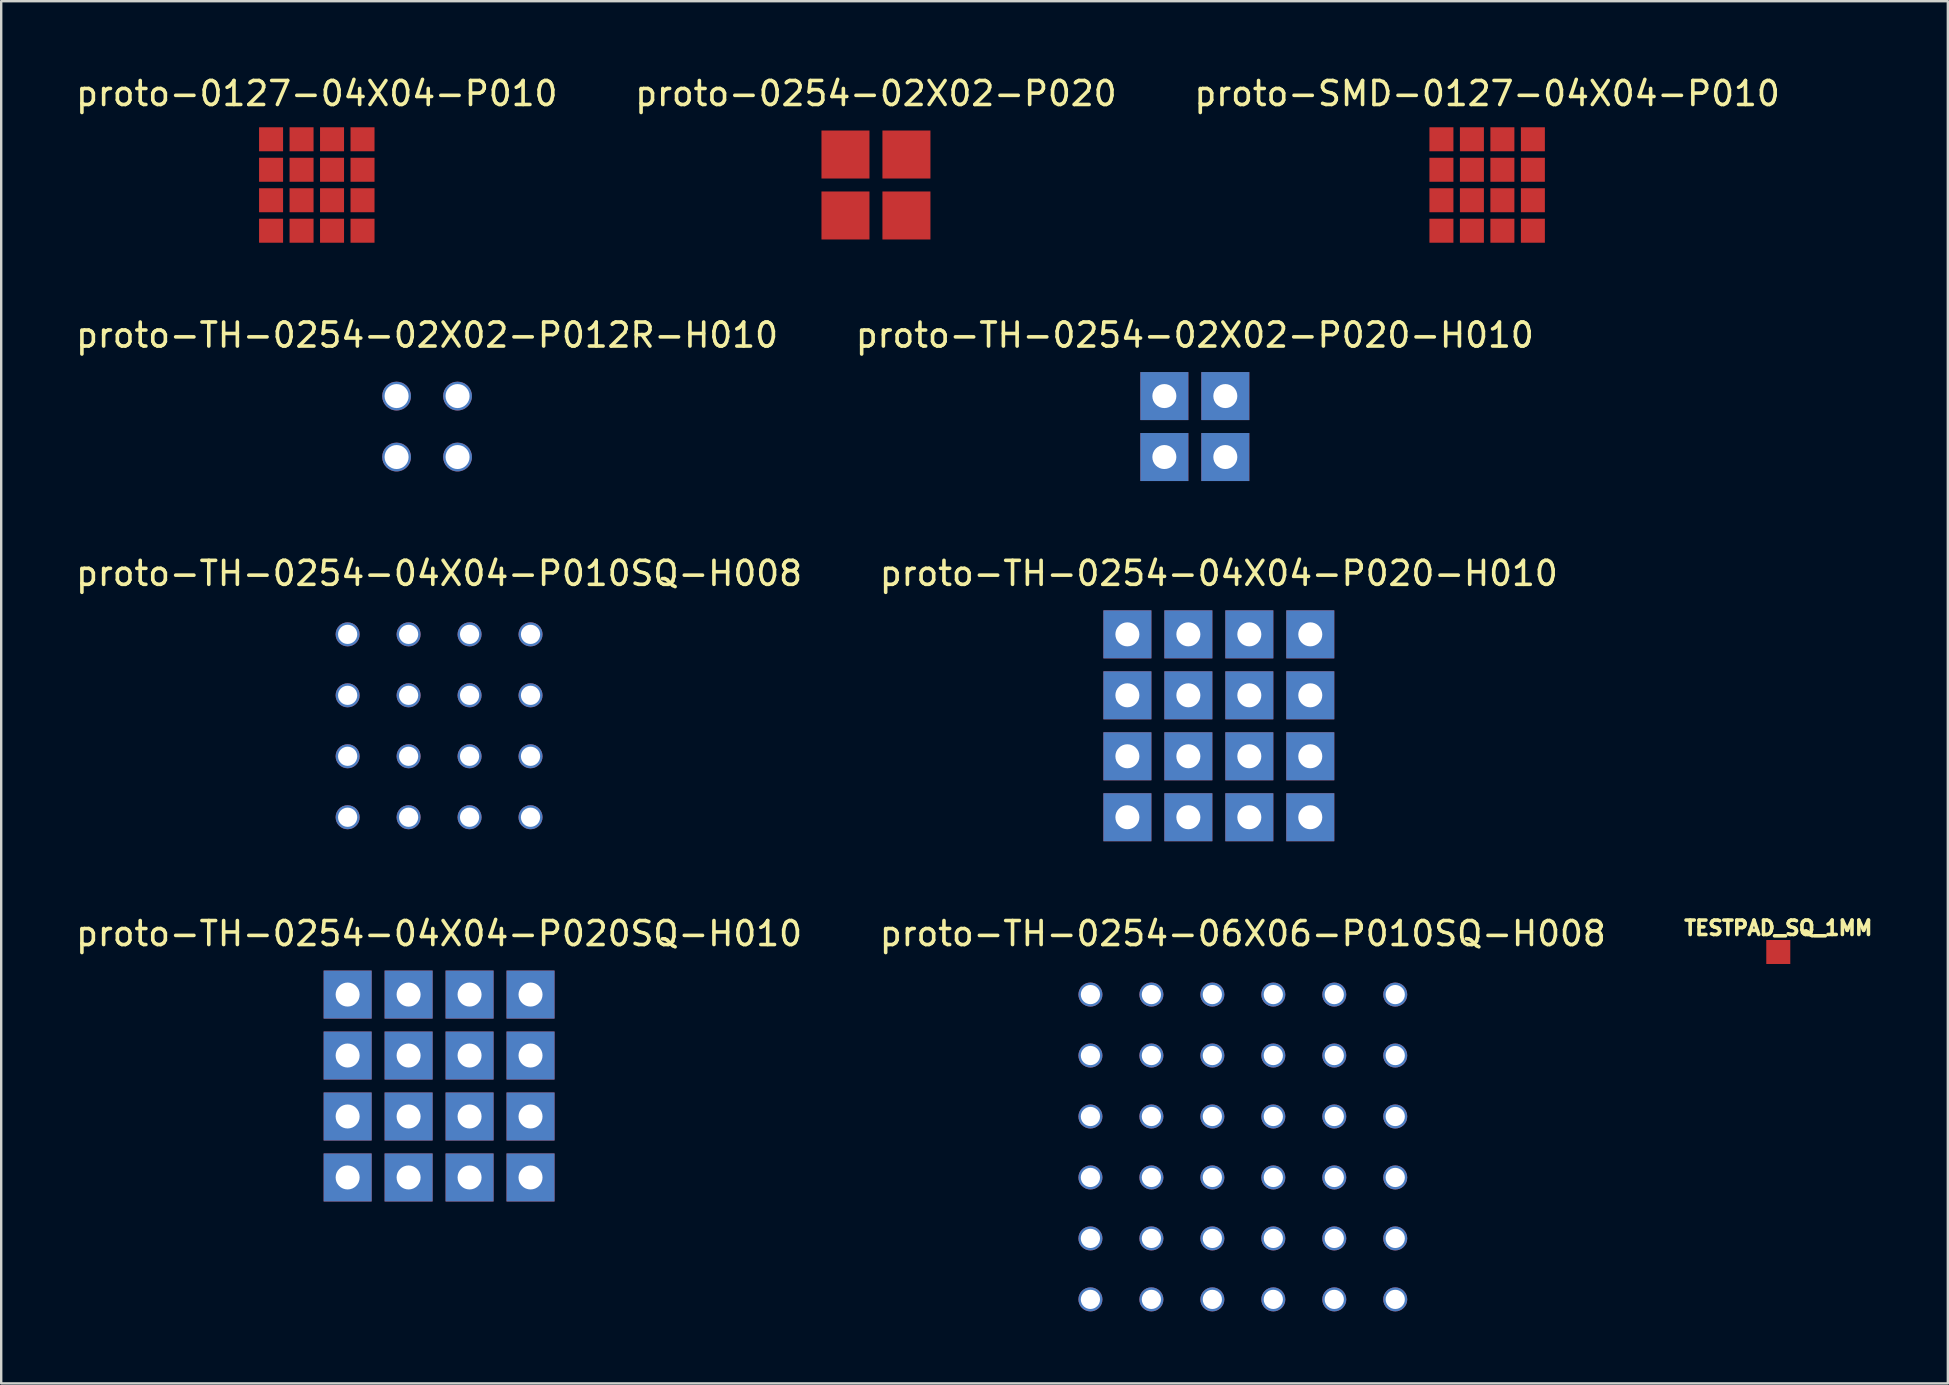
<source format=kicad_pcb>
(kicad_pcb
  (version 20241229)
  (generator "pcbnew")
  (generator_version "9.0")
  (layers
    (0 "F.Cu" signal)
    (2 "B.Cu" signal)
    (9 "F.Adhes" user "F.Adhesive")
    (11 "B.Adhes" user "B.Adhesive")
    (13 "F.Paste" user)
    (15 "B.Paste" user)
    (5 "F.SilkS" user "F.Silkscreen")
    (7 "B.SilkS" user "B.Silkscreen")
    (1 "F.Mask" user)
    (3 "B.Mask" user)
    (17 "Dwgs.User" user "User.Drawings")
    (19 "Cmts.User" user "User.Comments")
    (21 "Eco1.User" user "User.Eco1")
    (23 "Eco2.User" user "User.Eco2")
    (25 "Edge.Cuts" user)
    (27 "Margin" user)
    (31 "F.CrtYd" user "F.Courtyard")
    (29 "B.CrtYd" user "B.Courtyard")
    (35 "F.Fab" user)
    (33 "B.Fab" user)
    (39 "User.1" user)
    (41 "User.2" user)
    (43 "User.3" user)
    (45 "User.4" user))
  (footprint "proto-TH-0254-04X04-P020-H010"
    (layer "F.Cu")
    (at 47.732 27.19)
    (property "Reference" "proto-TH-0254-04X04-P020-H010" (at 0 -6.35 0) (layer "F.SilkS") (effects (font (size 1 1) (thickness 0.15))))
    (attr through_hole)
    (pad "1" thru_hole rect (at -3.81 -3.81) (size 2 2) (drill 1) (layers "*.Cu" "*.Mask"))
    (pad "2" thru_hole rect (at -1.27 -3.81) (size 2 2) (drill 1) (layers "*.Cu" "*.Mask"))
    (pad "3" thru_hole rect (at 1.27 -3.81) (size 2 2) (drill 1) (layers "*.Cu" "*.Mask"))
    (pad "4" thru_hole rect (at 3.81 -3.81) (size 2 2) (drill 1) (layers "*.Cu" "*.Mask"))
    (pad "5" thru_hole rect (at -3.81 -1.27) (size 2 2) (drill 1) (layers "*.Cu" "*.Mask"))
    (pad "6" thru_hole rect (at -1.27 -1.27) (size 2 2) (drill 1) (layers "*.Cu" "*.Mask"))
    (pad "7" thru_hole rect (at 1.27 -1.27) (size 2 2) (drill 1) (layers "*.Cu" "*.Mask"))
    (pad "8" thru_hole rect (at 3.81 -1.27) (size 2 2) (drill 1) (layers "*.Cu" "*.Mask"))
    (pad "9" thru_hole rect (at -3.81 1.27) (size 2 2) (drill 1) (layers "*.Cu" "*.Mask"))
    (pad "10" thru_hole rect (at -1.27 1.27) (size 2 2) (drill 1) (layers "*.Cu" "*.Mask"))
    (pad "11" thru_hole rect (at 1.27 1.27) (size 2 2) (drill 1) (layers "*.Cu" "*.Mask"))
    (pad "12" thru_hole rect (at 3.81 1.27) (size 2 2) (drill 1) (layers "*.Cu" "*.Mask"))
    (pad "13" thru_hole rect (at -3.81 3.81) (size 2 2) (drill 1) (layers "*.Cu" "*.Mask"))
    (pad "14" thru_hole rect (at -1.27 3.81) (size 2 2) (drill 1) (layers "*.Cu" "*.Mask"))
    (pad "15" thru_hole rect (at 1.27 3.81) (size 2 2) (drill 1) (layers "*.Cu" "*.Mask"))
    (pad "16" thru_hole rect (at 3.81 3.81) (size 2 2) (drill 1) (layers "*.Cu" "*.Mask")))
  (footprint "proto-TH-0254-02X02-P020-H010"
    (layer "F.Cu")
    (at 46.732 14.722)
    (property "Reference" "proto-TH-0254-02X02-P020-H010" (at 0 -3.81 0) (layer "F.SilkS") (effects (font (size 1 1) (thickness 0.15))))
    (attr through_hole)
    (pad "1" thru_hole rect (at -1.27 -1.27) (size 2 2) (drill 1) (layers "*.Cu" "*.Mask"))
    (pad "2" thru_hole rect (at 1.27 -1.27) (size 2 2) (drill 1) (layers "*.Cu" "*.Mask"))
    (pad "3" thru_hole rect (at -1.27 1.27) (size 2 2) (drill 1) (layers "*.Cu" "*.Mask"))
    (pad "4" thru_hole rect (at 1.27 1.27) (size 2 2) (drill 1) (layers "*.Cu" "*.Mask")))
  (footprint "proto-TH-0254-04X04-P020SQ-H010"
    (layer "F.Cu")
    (at 15.244 42.198)
    (property "Reference" "proto-TH-0254-04X04-P020SQ-H010" (at 0 -6.35 0) (layer "F.SilkS") (effects (font (size 1 1) (thickness 0.15))))
    (attr through_hole)
    (pad "1" thru_hole rect (at -3.81 -3.81) (size 2 2) (drill 1) (layers "*.Cu" "*.Mask"))
    (pad "2" thru_hole rect (at -1.27 -3.81) (size 2 2) (drill 1) (layers "*.Cu" "*.Mask"))
    (pad "3" thru_hole rect (at 1.27 -3.81) (size 2 2) (drill 1) (layers "*.Cu" "*.Mask"))
    (pad "4" thru_hole rect (at 3.81 -3.81) (size 2 2) (drill 1) (layers "*.Cu" "*.Mask"))
    (pad "5" thru_hole rect (at -3.81 -1.27) (size 2 2) (drill 1) (layers "*.Cu" "*.Mask"))
    (pad "6" thru_hole rect (at -1.27 -1.27) (size 2 2) (drill 1) (layers "*.Cu" "*.Mask"))
    (pad "7" thru_hole rect (at 1.27 -1.27) (size 2 2) (drill 1) (layers "*.Cu" "*.Mask"))
    (pad "8" thru_hole rect (at 3.81 -1.27) (size 2 2) (drill 1) (layers "*.Cu" "*.Mask"))
    (pad "9" thru_hole rect (at -3.81 1.27) (size 2 2) (drill 1) (layers "*.Cu" "*.Mask"))
    (pad "10" thru_hole rect (at -1.27 1.27) (size 2 2) (drill 1) (layers "*.Cu" "*.Mask"))
    (pad "11" thru_hole rect (at 1.27 1.27) (size 2 2) (drill 1) (layers "*.Cu" "*.Mask"))
    (pad "12" thru_hole rect (at 3.81 1.27) (size 2 2) (drill 1) (layers "*.Cu" "*.Mask"))
    (pad "13" thru_hole rect (at -3.81 3.81) (size 2 2) (drill 1) (layers "*.Cu" "*.Mask"))
    (pad "14" thru_hole rect (at -1.27 3.81) (size 2 2) (drill 1) (layers "*.Cu" "*.Mask"))
    (pad "15" thru_hole rect (at 1.27 3.81) (size 2 2) (drill 1) (layers "*.Cu" "*.Mask"))
    (pad "16" thru_hole rect (at 3.81 3.81) (size 2 2) (drill 1) (layers "*.Cu" "*.Mask")))
  (footprint "TESTPAD_SQ_1MM"
    (layer "F.Cu")
    (at 71.041 36.614)
    (property "Reference" "TESTPAD_SQ_1MM" (at 0 -1 0) (layer "F.SilkS") (effects (font (size 0.6 0.6) (thickness 0.15))))
    (attr through_hole)
    (pad "1" smd rect (at 0 0) (size 1 1) (layers "F.Cu" "F.Mask" "F.Paste")))
  (footprint "proto-TH-0254-04X04-P010SQ-H008"
    (layer "F.Cu")
    (at 15.244 27.19)
    (property "Reference" "proto-TH-0254-04X04-P010SQ-H008" (at 0 -6.35 0) (layer "F.SilkS") (effects (font (size 1 1) (thickness 0.15))))
    (attr through_hole)
    (pad "1" thru_hole circle (at -3.81 -3.81) (size 1 1) (drill 0.8) (layers "*.Cu" "*.Mask"))
    (pad "2" thru_hole circle (at -1.27 -3.81) (size 1 1) (drill 0.8) (layers "*.Cu" "*.Mask"))
    (pad "3" thru_hole circle (at 1.27 -3.81) (size 1 1) (drill 0.8) (layers "*.Cu" "*.Mask"))
    (pad "4" thru_hole circle (at 3.81 -3.81) (size 1 1) (drill 0.8) (layers "*.Cu" "*.Mask"))
    (pad "5" thru_hole circle (at -3.81 -1.27) (size 1 1) (drill 0.8) (layers "*.Cu" "*.Mask"))
    (pad "6" thru_hole circle (at -1.27 -1.27) (size 1 1) (drill 0.8) (layers "*.Cu" "*.Mask"))
    (pad "7" thru_hole circle (at 1.27 -1.27) (size 1 1) (drill 0.8) (layers "*.Cu" "*.Mask"))
    (pad "8" thru_hole circle (at 3.81 -1.27) (size 1 1) (drill 0.8) (layers "*.Cu" "*.Mask"))
    (pad "9" thru_hole circle (at -3.81 1.27) (size 1 1) (drill 0.8) (layers "*.Cu" "*.Mask"))
    (pad "10" thru_hole circle (at -1.27 1.27) (size 1 1) (drill 0.8) (layers "*.Cu" "*.Mask"))
    (pad "11" thru_hole circle (at 1.27 1.27) (size 1 1) (drill 0.8) (layers "*.Cu" "*.Mask"))
    (pad "12" thru_hole circle (at 3.81 1.27) (size 1 1) (drill 0.8) (layers "*.Cu" "*.Mask"))
    (pad "13" thru_hole circle (at -3.81 3.81) (size 1 1) (drill 0.8) (layers "*.Cu" "*.Mask"))
    (pad "14" thru_hole circle (at -1.27 3.81) (size 1 1) (drill 0.8) (layers "*.Cu" "*.Mask"))
    (pad "15" thru_hole circle (at 1.27 3.81) (size 1 1) (drill 0.8) (layers "*.Cu" "*.Mask"))
    (pad "16" thru_hole circle (at 3.81 3.81) (size 1 1) (drill 0.8) (layers "*.Cu" "*.Mask")))
  (footprint "proto-0254-02X02-P020"
    (layer "F.Cu")
    (at 33.446 4.658)
    (property "Reference" "proto-0254-02X02-P020" (at 0 -3.81 0) (layer "F.SilkS") (effects (font (size 1 1) (thickness 0.15))))
    (attr through_hole)
    (pad "1" smd rect (at -1.27 -1.27) (size 2 2) (layers "F.Cu" "F.Mask" "F.Paste"))
    (pad "2" smd rect (at 1.27 -1.27) (size 2 2) (layers "F.Cu" "F.Mask" "F.Paste"))
    (pad "3" smd rect (at -1.27 1.27) (size 2 2) (layers "F.Cu" "F.Mask" "F.Paste"))
    (pad "4" smd rect (at 1.27 1.27) (size 2 2) (layers "F.Cu" "F.Mask" "F.Paste")))
  (footprint "proto-0127-04X04-P010"
    (layer "F.Cu")
    (at 10.149 4.658)
    (property "Reference" "proto-0127-04X04-P010" (at 0 -3.81 0) (layer "F.SilkS") (effects (font (size 1 1) (thickness 0.15))))
    (attr through_hole)
    (pad "1" smd rect (at -1.905 -1.905) (size 1 1) (layers "F.Cu" "F.Mask" "F.Paste"))
    (pad "2" smd rect (at -0.635 -1.905) (size 1 1) (layers "F.Cu" "F.Mask" "F.Paste"))
    (pad "3" smd rect (at 0.635 -1.905) (size 1 1) (layers "F.Cu" "F.Mask" "F.Paste"))
    (pad "4" smd rect (at 1.905 -1.905) (size 1 1) (layers "F.Cu" "F.Mask" "F.Paste"))
    (pad "5" smd rect (at -1.905 -0.635) (size 1 1) (layers "F.Cu" "F.Mask" "F.Paste"))
    (pad "6" smd rect (at -0.635 -0.635) (size 1 1) (layers "F.Cu" "F.Mask" "F.Paste"))
    (pad "7" smd rect (at 0.635 -0.635) (size 1 1) (layers "F.Cu" "F.Mask" "F.Paste"))
    (pad "8" smd rect (at 1.905 -0.635) (size 1 1) (layers "F.Cu" "F.Mask" "F.Paste"))
    (pad "9" smd rect (at -1.905 0.635) (size 1 1) (layers "F.Cu" "F.Mask" "F.Paste"))
    (pad "10" smd rect (at -0.635 0.635) (size 1 1) (layers "F.Cu" "F.Mask" "F.Paste"))
    (pad "11" smd rect (at 0.635 0.635) (size 1 1) (layers "F.Cu" "F.Mask" "F.Paste"))
    (pad "12" smd rect (at 1.905 0.635) (size 1 1) (layers "F.Cu" "F.Mask" "F.Paste"))
    (pad "13" smd rect (at -1.905 1.905) (size 1 1) (layers "F.Cu" "F.Mask" "F.Paste"))
    (pad "14" smd rect (at -0.635 1.905) (size 1 1) (layers "F.Cu" "F.Mask" "F.Paste"))
    (pad "15" smd rect (at 0.635 1.905) (size 1 1) (layers "F.Cu" "F.Mask" "F.Paste"))
    (pad "16" smd rect (at 1.905 1.905) (size 1 1) (layers "F.Cu" "F.Mask" "F.Paste")))
  (footprint "proto-TH-0254-02X02-P012R-H010"
    (layer "F.Cu")
    (at 14.744 14.722)
    (property "Reference" "proto-TH-0254-02X02-P012R-H010" (at 0 -3.81 0) (layer "F.SilkS") (effects (font (size 1 1) (thickness 0.15))))
    (attr through_hole)
    (pad "1" thru_hole circle (at -1.27 -1.27) (size 1.2 1.2) (drill 1) (layers "*.Cu" "*.Mask"))
    (pad "2" thru_hole circle (at 1.27 -1.27) (size 1.2 1.2) (drill 1) (layers "*.Cu" "*.Mask"))
    (pad "3" thru_hole circle (at -1.27 1.27) (size 1.2 1.2) (drill 1) (layers "*.Cu" "*.Mask"))
    (pad "4" thru_hole circle (at 1.27 1.27) (size 1.2 1.2) (drill 1) (layers "*.Cu" "*.Mask")))
  (footprint "proto-SMD-0127-04X04-P010"
    (layer "F.Cu")
    (at 58.911 4.658)
    (property "Reference" "proto-SMD-0127-04X04-P010" (at 0 -3.81 0) (layer "F.SilkS") (effects (font (size 1 1) (thickness 0.15))))
    (attr through_hole)
    (pad "1" smd rect (at -1.905 -1.905) (size 1 1) (layers "F.Cu" "F.Mask" "F.Paste"))
    (pad "2" smd rect (at -0.635 -1.905) (size 1 1) (layers "F.Cu" "F.Mask" "F.Paste"))
    (pad "3" smd rect (at 0.635 -1.905) (size 1 1) (layers "F.Cu" "F.Mask" "F.Paste"))
    (pad "4" smd rect (at 1.905 -1.905) (size 1 1) (layers "F.Cu" "F.Mask" "F.Paste"))
    (pad "5" smd rect (at -1.905 -0.635) (size 1 1) (layers "F.Cu" "F.Mask" "F.Paste"))
    (pad "6" smd rect (at -0.635 -0.635) (size 1 1) (layers "F.Cu" "F.Mask" "F.Paste"))
    (pad "7" smd rect (at 0.635 -0.635) (size 1 1) (layers "F.Cu" "F.Mask" "F.Paste"))
    (pad "8" smd rect (at 1.905 -0.635) (size 1 1) (layers "F.Cu" "F.Mask" "F.Paste"))
    (pad "9" smd rect (at -1.905 0.635) (size 1 1) (layers "F.Cu" "F.Mask" "F.Paste"))
    (pad "10" smd rect (at -0.635 0.635) (size 1 1) (layers "F.Cu" "F.Mask" "F.Paste"))
    (pad "11" smd rect (at 0.635 0.635) (size 1 1) (layers "F.Cu" "F.Mask" "F.Paste"))
    (pad "12" smd rect (at 1.905 0.635) (size 1 1) (layers "F.Cu" "F.Mask" "F.Paste"))
    (pad "13" smd rect (at -1.905 1.905) (size 1 1) (layers "F.Cu" "F.Mask" "F.Paste"))
    (pad "14" smd rect (at -0.635 1.905) (size 1 1) (layers "F.Cu" "F.Mask" "F.Paste"))
    (pad "15" smd rect (at 0.635 1.905) (size 1 1) (layers "F.Cu" "F.Mask" "F.Paste"))
    (pad "16" smd rect (at 1.905 1.905) (size 1 1) (layers "F.Cu" "F.Mask" "F.Paste")))
  (footprint "proto-TH-0254-06X06-P010SQ-H008"
    (layer "F.Cu")
    (at 48.732 44.738)
    (property "Reference" "proto-TH-0254-06X06-P010SQ-H008" (at 0 -8.89 0) (layer "F.SilkS") (effects (font (size 1 1) (thickness 0.15))))
    (attr through_hole)
    (pad "1" thru_hole circle (at -6.35 -6.35) (size 1 1) (drill 0.8) (layers "*.Cu" "*.Mask"))
    (pad "2" thru_hole circle (at -3.81 -6.35) (size 1 1) (drill 0.8) (layers "*.Cu" "*.Mask"))
    (pad "3" thru_hole circle (at -1.27 -6.35) (size 1 1) (drill 0.8) (layers "*.Cu" "*.Mask"))
    (pad "4" thru_hole circle (at 1.27 -6.35) (size 1 1) (drill 0.8) (layers "*.Cu" "*.Mask"))
    (pad "5" thru_hole circle (at -6.35 -3.81) (size 1 1) (drill 0.8) (layers "*.Cu" "*.Mask"))
    (pad "6" thru_hole circle (at -3.81 -3.81) (size 1 1) (drill 0.8) (layers "*.Cu" "*.Mask"))
    (pad "7" thru_hole circle (at -1.27 -3.81) (size 1 1) (drill 0.8) (layers "*.Cu" "*.Mask"))
    (pad "8" thru_hole circle (at 1.27 -3.81) (size 1 1) (drill 0.8) (layers "*.Cu" "*.Mask"))
    (pad "9" thru_hole circle (at -6.35 -1.27) (size 1 1) (drill 0.8) (layers "*.Cu" "*.Mask"))
    (pad "10" thru_hole circle (at -3.81 -1.27) (size 1 1) (drill 0.8) (layers "*.Cu" "*.Mask"))
    (pad "11" thru_hole circle (at -1.27 -1.27) (size 1 1) (drill 0.8) (layers "*.Cu" "*.Mask"))
    (pad "12" thru_hole circle (at 1.27 -1.27) (size 1 1) (drill 0.8) (layers "*.Cu" "*.Mask"))
    (pad "13" thru_hole circle (at -6.35 1.27) (size 1 1) (drill 0.8) (layers "*.Cu" "*.Mask"))
    (pad "14" thru_hole circle (at -3.81 1.27) (size 1 1) (drill 0.8) (layers "*.Cu" "*.Mask"))
    (pad "15" thru_hole circle (at -1.27 1.27) (size 1 1) (drill 0.8) (layers "*.Cu" "*.Mask"))
    (pad "16" thru_hole circle (at 1.27 1.27) (size 1 1) (drill 0.8) (layers "*.Cu" "*.Mask"))
    (pad "17" thru_hole circle (at 3.81 -6.35) (size 1 1) (drill 0.8) (layers "*.Cu" "*.Mask"))
    (pad "18" thru_hole circle (at 6.35 -6.35) (size 1 1) (drill 0.8) (layers "*.Cu" "*.Mask"))
    (pad "19" thru_hole circle (at 3.81 -3.81) (size 1 1) (drill 0.8) (layers "*.Cu" "*.Mask"))
    (pad "20" thru_hole circle (at 6.35 -3.81) (size 1 1) (drill 0.8) (layers "*.Cu" "*.Mask"))
    (pad "21" thru_hole circle (at 3.81 -1.27) (size 1 1) (drill 0.8) (layers "*.Cu" "*.Mask"))
    (pad "22" thru_hole circle (at 6.35 -1.27) (size 1 1) (drill 0.8) (layers "*.Cu" "*.Mask"))
    (pad "23" thru_hole circle (at 3.81 1.27) (size 1 1) (drill 0.8) (layers "*.Cu" "*.Mask"))
    (pad "24" thru_hole circle (at 6.35 1.27) (size 1 1) (drill 0.8) (layers "*.Cu" "*.Mask"))
    (pad "25" thru_hole circle (at -6.35 3.81) (size 1 1) (drill 0.8) (layers "*.Cu" "*.Mask"))
    (pad "26" thru_hole circle (at -3.81 3.81) (size 1 1) (drill 0.8) (layers "*.Cu" "*.Mask"))
    (pad "27" thru_hole circle (at -1.27 3.81) (size 1 1) (drill 0.8) (layers "*.Cu" "*.Mask"))
    (pad "28" thru_hole circle (at 1.27 3.81) (size 1 1) (drill 0.8) (layers "*.Cu" "*.Mask"))
    (pad "29" thru_hole circle (at 3.81 3.81) (size 1 1) (drill 0.8) (layers "*.Cu" "*.Mask"))
    (pad "30" thru_hole circle (at 6.35 3.81) (size 1 1) (drill 0.8) (layers "*.Cu" "*.Mask"))
    (pad "31" thru_hole circle (at -6.35 6.35) (size 1 1) (drill 0.8) (layers "*.Cu" "*.Mask"))
    (pad "32" thru_hole circle (at -3.81 6.35) (size 1 1) (drill 0.8) (layers "*.Cu" "*.Mask"))
    (pad "33" thru_hole circle (at -1.27 6.35) (size 1 1) (drill 0.8) (layers "*.Cu" "*.Mask"))
    (pad "34" thru_hole circle (at 1.27 6.35) (size 1 1) (drill 0.8) (layers "*.Cu" "*.Mask"))
    (pad "35" thru_hole circle (at 3.81 6.35) (size 1 1) (drill 0.8) (layers "*.Cu" "*.Mask"))
    (pad "36" thru_hole circle (at 6.35 6.35) (size 1 1) (drill 0.8) (layers "*.Cu" "*.Mask")))
  (gr_rect
    (start -3 -3)
    (end 78.106 54.588)
    (stroke (width 0.1) (type default))
    (fill no)
    (layer "Edge.Cuts")))
</source>
